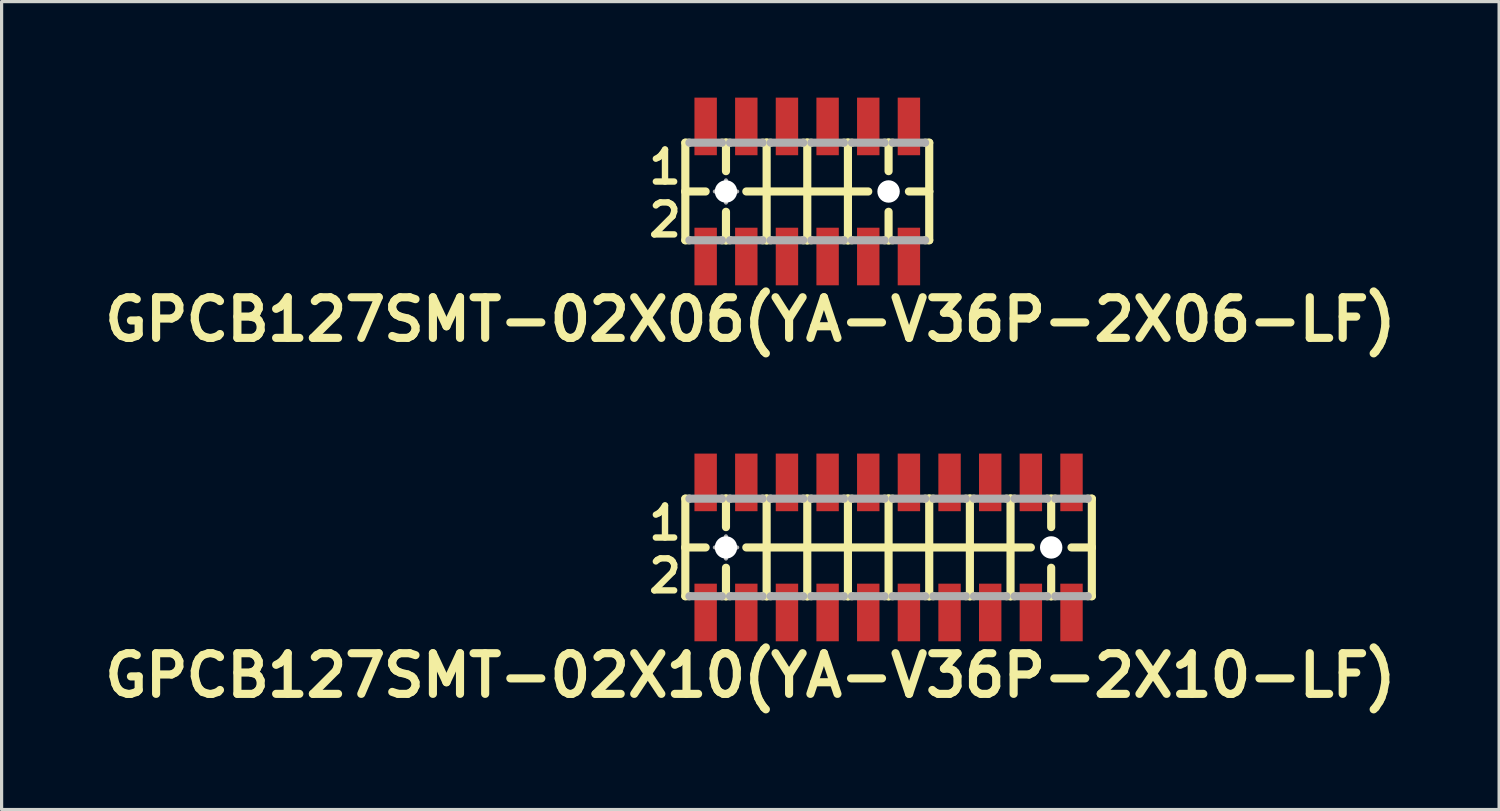
<source format=kicad_pcb>
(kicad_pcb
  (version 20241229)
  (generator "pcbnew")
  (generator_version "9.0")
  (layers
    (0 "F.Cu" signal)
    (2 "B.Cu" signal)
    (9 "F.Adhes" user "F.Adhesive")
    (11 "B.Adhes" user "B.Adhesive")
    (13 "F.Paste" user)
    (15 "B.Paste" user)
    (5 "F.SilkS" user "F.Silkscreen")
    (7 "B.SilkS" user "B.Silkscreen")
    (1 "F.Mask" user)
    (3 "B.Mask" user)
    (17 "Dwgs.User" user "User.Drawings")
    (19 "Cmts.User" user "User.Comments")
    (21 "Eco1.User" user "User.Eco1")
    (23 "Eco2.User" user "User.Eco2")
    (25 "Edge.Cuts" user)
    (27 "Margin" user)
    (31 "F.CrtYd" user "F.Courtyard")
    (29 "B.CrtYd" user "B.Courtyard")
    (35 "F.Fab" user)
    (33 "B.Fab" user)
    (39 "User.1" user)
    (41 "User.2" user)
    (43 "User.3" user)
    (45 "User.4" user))
  (footprint "GPCB127SMT-02X10(YA-V36P-2X10-LF)"
    (layer "F.Cu")
    (at 24.711 14.053)
    (property "Reference" "GPCB127SMT-02X10(YA-V36P-2X10-LF)" (at -4.318 4 0) (layer "F.SilkS") (effects (font (size 1.27 1.27) (thickness 0.254))))
    (attr smd)
    (fp_line (start -6.35 -1.524) (end -6.35 0) (stroke (width 0.254) (type solid)) (layer "F.SilkS"))
    (fp_line (start -6.35 0) (end -6.35 1.524) (stroke (width 0.254) (type solid)) (layer "F.SilkS"))
    (fp_line (start -6.35 0) (end -5.715 0) (stroke (width 0.254) (type solid)) (layer "F.SilkS"))
    (fp_line (start -6.35 1.524) (end -6.223 1.524) (stroke (width 0.254) (type solid)) (layer "F.SilkS"))
    (fp_line (start -6.223 -1.524) (end -6.35 -1.524) (stroke (width 0.254) (type solid)) (layer "F.SilkS"))
    (fp_line (start -5.207 -1.524) (end -5.08 -1.524) (stroke (width 0.254) (type solid)) (layer "F.SilkS"))
    (fp_line (start -5.207 1.524) (end -5.08 1.524) (stroke (width 0.254) (type solid)) (layer "F.SilkS"))
    (fp_line (start -5.08 -1.524) (end -4.953 -1.524) (stroke (width 0.254) (type solid)) (layer "F.SilkS"))
    (fp_line (start -5.08 -0.635) (end -5.08 -1.524) (stroke (width 0.254) (type solid)) (layer "F.SilkS"))
    (fp_line (start -5.08 1.524) (end -5.08 0.635) (stroke (width 0.254) (type solid)) (layer "F.SilkS"))
    (fp_line (start -5.08 1.524) (end -4.953 1.524) (stroke (width 0.254) (type solid)) (layer "F.SilkS"))
    (fp_line (start -4.445 0) (end -3.81 0) (stroke (width 0.254) (type solid)) (layer "F.SilkS"))
    (fp_line (start -3.937 -1.524) (end -3.81 -1.524) (stroke (width 0.254) (type solid)) (layer "F.SilkS"))
    (fp_line (start -3.937 1.524) (end -3.81 1.524) (stroke (width 0.254) (type solid)) (layer "F.SilkS"))
    (fp_line (start -3.81 -1.524) (end -3.683 -1.524) (stroke (width 0.254) (type solid)) (layer "F.SilkS"))
    (fp_line (start -3.81 0) (end -3.81 -1.524) (stroke (width 0.254) (type solid)) (layer "F.SilkS"))
    (fp_line (start -3.81 0) (end -2.54 0) (stroke (width 0.254) (type solid)) (layer "F.SilkS"))
    (fp_line (start -3.81 1.524) (end -3.81 0) (stroke (width 0.254) (type solid)) (layer "F.SilkS"))
    (fp_line (start -3.81 1.524) (end -3.683 1.524) (stroke (width 0.254) (type solid)) (layer "F.SilkS"))
    (fp_line (start -2.667 -1.524) (end -2.54 -1.524) (stroke (width 0.254) (type solid)) (layer "F.SilkS"))
    (fp_line (start -2.667 1.524) (end -2.54 1.524) (stroke (width 0.254) (type solid)) (layer "F.SilkS"))
    (fp_line (start -2.54 -1.524) (end -2.413 -1.524) (stroke (width 0.254) (type solid)) (layer "F.SilkS"))
    (fp_line (start -2.54 0) (end -2.54 -1.524) (stroke (width 0.254) (type solid)) (layer "F.SilkS"))
    (fp_line (start -2.54 0) (end -1.27 0) (stroke (width 0.254) (type solid)) (layer "F.SilkS"))
    (fp_line (start -2.54 1.524) (end -2.54 0) (stroke (width 0.254) (type solid)) (layer "F.SilkS"))
    (fp_line (start -2.54 1.524) (end -2.413 1.524) (stroke (width 0.254) (type solid)) (layer "F.SilkS"))
    (fp_line (start -1.397 -1.524) (end -1.27 -1.524) (stroke (width 0.254) (type solid)) (layer "F.SilkS"))
    (fp_line (start -1.397 1.524) (end -1.27 1.524) (stroke (width 0.254) (type solid)) (layer "F.SilkS"))
    (fp_line (start -1.27 -1.524) (end -1.143 -1.524) (stroke (width 0.254) (type solid)) (layer "F.SilkS"))
    (fp_line (start -1.27 0) (end -1.27 -1.524) (stroke (width 0.254) (type solid)) (layer "F.SilkS"))
    (fp_line (start -1.27 0) (end 0 0) (stroke (width 0.254) (type solid)) (layer "F.SilkS"))
    (fp_line (start -1.27 1.524) (end -1.27 0) (stroke (width 0.254) (type solid)) (layer "F.SilkS"))
    (fp_line (start -1.27 1.524) (end -1.143 1.524) (stroke (width 0.254) (type solid)) (layer "F.SilkS"))
    (fp_line (start -0.127 -1.524) (end 0 -1.524) (stroke (width 0.254) (type solid)) (layer "F.SilkS"))
    (fp_line (start -0.127 1.524) (end 0 1.524) (stroke (width 0.254) (type solid)) (layer "F.SilkS"))
    (fp_line (start 0 -1.524) (end 0.127 -1.524) (stroke (width 0.254) (type solid)) (layer "F.SilkS"))
    (fp_line (start 0 0) (end 0 -1.524) (stroke (width 0.254) (type solid)) (layer "F.SilkS"))
    (fp_line (start 0 0) (end 1.27 0) (stroke (width 0.254) (type solid)) (layer "F.SilkS"))
    (fp_line (start 0 1.524) (end 0 0) (stroke (width 0.254) (type solid)) (layer "F.SilkS"))
    (fp_line (start 0 1.524) (end 0.127 1.524) (stroke (width 0.254) (type solid)) (layer "F.SilkS"))
    (fp_line (start 1.143 -1.524) (end 1.27 -1.524) (stroke (width 0.254) (type solid)) (layer "F.SilkS"))
    (fp_line (start 1.143 1.524) (end 1.27 1.524) (stroke (width 0.254) (type solid)) (layer "F.SilkS"))
    (fp_line (start 1.27 -1.524) (end 1.397 -1.524) (stroke (width 0.254) (type solid)) (layer "F.SilkS"))
    (fp_line (start 1.27 0) (end 1.27 -1.524) (stroke (width 0.254) (type solid)) (layer "F.SilkS"))
    (fp_line (start 1.27 0) (end 2.54 0) (stroke (width 0.254) (type solid)) (layer "F.SilkS"))
    (fp_line (start 1.27 1.524) (end 1.27 0) (stroke (width 0.254) (type solid)) (layer "F.SilkS"))
    (fp_line (start 1.27 1.524) (end 1.397 1.524) (stroke (width 0.254) (type solid)) (layer "F.SilkS"))
    (fp_line (start 2.413 -1.524) (end 2.54 -1.524) (stroke (width 0.254) (type solid)) (layer "F.SilkS"))
    (fp_line (start 2.413 1.524) (end 2.54 1.524) (stroke (width 0.254) (type solid)) (layer "F.SilkS"))
    (fp_line (start 2.54 -1.524) (end 2.667 -1.524) (stroke (width 0.254) (type solid)) (layer "F.SilkS"))
    (fp_line (start 2.54 0) (end 2.54 -1.524) (stroke (width 0.254) (type solid)) (layer "F.SilkS"))
    (fp_line (start 2.54 0) (end 3.81 0) (stroke (width 0.254) (type solid)) (layer "F.SilkS"))
    (fp_line (start 2.54 1.524) (end 2.54 0) (stroke (width 0.254) (type solid)) (layer "F.SilkS"))
    (fp_line (start 2.54 1.524) (end 2.667 1.524) (stroke (width 0.254) (type solid)) (layer "F.SilkS"))
    (fp_line (start 3.683 -1.524) (end 3.81 -1.524) (stroke (width 0.254) (type solid)) (layer "F.SilkS"))
    (fp_line (start 3.683 1.524) (end 3.81 1.524) (stroke (width 0.254) (type solid)) (layer "F.SilkS"))
    (fp_line (start 3.81 -1.524) (end 3.937 -1.524) (stroke (width 0.254) (type solid)) (layer "F.SilkS"))
    (fp_line (start 3.81 0) (end 3.81 -1.524) (stroke (width 0.254) (type solid)) (layer "F.SilkS"))
    (fp_line (start 3.81 0) (end 4.445 0) (stroke (width 0.254) (type solid)) (layer "F.SilkS"))
    (fp_line (start 3.81 1.524) (end 3.81 0) (stroke (width 0.254) (type solid)) (layer "F.SilkS"))
    (fp_line (start 3.81 1.524) (end 3.937 1.524) (stroke (width 0.254) (type solid)) (layer "F.SilkS"))
    (fp_line (start 4.953 -1.524) (end 5.207 -1.524) (stroke (width 0.254) (type solid)) (layer "F.SilkS"))
    (fp_line (start 4.953 1.524) (end 5.08 1.524) (stroke (width 0.254) (type solid)) (layer "F.SilkS"))
    (fp_line (start 5.08 -0.635) (end 5.08 -1.524) (stroke (width 0.254) (type solid)) (layer "F.SilkS"))
    (fp_line (start 5.08 1.524) (end 5.08 0.635) (stroke (width 0.254) (type solid)) (layer "F.SilkS"))
    (fp_line (start 5.08 1.524) (end 5.207 1.524) (stroke (width 0.254) (type solid)) (layer "F.SilkS"))
    (fp_line (start 5.715 0) (end 6.35 0) (stroke (width 0.254) (type solid)) (layer "F.SilkS"))
    (fp_line (start 6.223 -1.524) (end 6.35 -1.524) (stroke (width 0.254) (type solid)) (layer "F.SilkS"))
    (fp_line (start 6.35 -1.524) (end 6.35 0) (stroke (width 0.254) (type solid)) (layer "F.SilkS"))
    (fp_line (start 6.35 0) (end 6.35 1.524) (stroke (width 0.254) (type solid)) (layer "F.SilkS"))
    (fp_line (start 6.35 1.524) (end 6.223 1.524) (stroke (width 0.254) (type solid)) (layer "F.SilkS"))
    (fp_line (start -6.223 -1.524) (end -5.207 -1.524) (stroke (width 0.254) (type solid)) (layer "F.Fab"))
    (fp_line (start -6.223 1.524) (end -5.207 1.524) (stroke (width 0.254) (type solid)) (layer "F.Fab"))
    (fp_line (start -5.428 0) (end -4.729 0) (stroke (width 0.127) (type solid)) (layer "F.Fab"))
    (fp_line (start -5.08 0.348) (end -5.08 -0.348) (stroke (width 0.127) (type solid)) (layer "F.Fab"))
    (fp_line (start -4.953 -1.524) (end -3.937 -1.524) (stroke (width 0.254) (type solid)) (layer "F.Fab"))
    (fp_line (start -4.953 1.524) (end -3.937 1.524) (stroke (width 0.254) (type solid)) (layer "F.Fab"))
    (fp_line (start -3.683 -1.524) (end -2.667 -1.524) (stroke (width 0.254) (type solid)) (layer "F.Fab"))
    (fp_line (start -3.683 1.524) (end -2.667 1.524) (stroke (width 0.254) (type solid)) (layer "F.Fab"))
    (fp_line (start -2.413 -1.524) (end -1.397 -1.524) (stroke (width 0.254) (type solid)) (layer "F.Fab"))
    (fp_line (start -2.413 1.524) (end -1.397 1.524) (stroke (width 0.254) (type solid)) (layer "F.Fab"))
    (fp_line (start -1.143 -1.524) (end -0.127 -1.524) (stroke (width 0.254) (type solid)) (layer "F.Fab"))
    (fp_line (start -1.143 1.524) (end -0.127 1.524) (stroke (width 0.254) (type solid)) (layer "F.Fab"))
    (fp_line (start 0.127 -1.524) (end 1.143 -1.524) (stroke (width 0.254) (type solid)) (layer "F.Fab"))
    (fp_line (start 0.127 1.524) (end 1.143 1.524) (stroke (width 0.254) (type solid)) (layer "F.Fab"))
    (fp_line (start 1.397 -1.524) (end 2.413 -1.524) (stroke (width 0.254) (type solid)) (layer "F.Fab"))
    (fp_line (start 1.397 1.524) (end 2.413 1.524) (stroke (width 0.254) (type solid)) (layer "F.Fab"))
    (fp_line (start 2.667 -1.524) (end 3.683 -1.524) (stroke (width 0.254) (type solid)) (layer "F.Fab"))
    (fp_line (start 2.667 1.524) (end 3.683 1.524) (stroke (width 0.254) (type solid)) (layer "F.Fab"))
    (fp_line (start 3.937 -1.524) (end 4.953 -1.524) (stroke (width 0.254) (type solid)) (layer "F.Fab"))
    (fp_line (start 3.937 1.524) (end 4.953 1.524) (stroke (width 0.254) (type solid)) (layer "F.Fab"))
    (fp_line (start 5.207 -1.524) (end 6.223 -1.524) (stroke (width 0.254) (type solid)) (layer "F.Fab"))
    (fp_line (start 5.207 1.524) (end 6.223 1.524) (stroke (width 0.254) (type solid)) (layer "F.Fab"))
    (fp_circle (center -5.08 0) (end -5.253 0.173) (stroke (width 0.127) (type solid)) (fill no) (layer "F.Fab"))
    (fp_text user "2" (at -6.985 0.889 0) (layer "F.SilkS") (effects (font (size 1 1) (thickness 0.2))))
    (fp_text user "1" (at -6.985 -0.762 0) (layer "F.SilkS") (effects (font (size 1 1) (thickness 0.2))))
    (pad "" np_thru_hole circle (at -5.08 0 90) (size 0.7 0.7) (drill 0.7) (layers "*.Cu" "*.Mask"))
    (pad "" np_thru_hole circle (at 5.08 0 90) (size 0.7 0.7) (drill 0.7) (layers "*.Cu" "*.Mask"))
    (pad "1" smd rect (at -5.715 -2.032 270) (size 1.8 0.7) (layers "F.Cu" "F.Mask" "F.Paste"))
    (pad "2" smd rect (at -5.715 2.032 270) (size 1.8 0.7) (layers "F.Cu" "F.Mask" "F.Paste"))
    (pad "3" smd rect (at -4.445 -2.032 270) (size 1.8 0.7) (layers "F.Cu" "F.Mask" "F.Paste"))
    (pad "4" smd rect (at -4.445 2.032 270) (size 1.8 0.7) (layers "F.Cu" "F.Mask" "F.Paste"))
    (pad "5" smd rect (at -3.175 -2.032 270) (size 1.8 0.7) (layers "F.Cu" "F.Mask" "F.Paste"))
    (pad "6" smd rect (at -3.175 2.032 270) (size 1.8 0.7) (layers "F.Cu" "F.Mask" "F.Paste"))
    (pad "7" smd rect (at -1.905 -2.032 270) (size 1.8 0.7) (layers "F.Cu" "F.Mask" "F.Paste"))
    (pad "8" smd rect (at -1.905 2.032 270) (size 1.8 0.7) (layers "F.Cu" "F.Mask" "F.Paste"))
    (pad "9" smd rect (at -0.635 -2.032 270) (size 1.8 0.7) (layers "F.Cu" "F.Mask" "F.Paste"))
    (pad "10" smd rect (at -0.635 2.032 270) (size 1.8 0.7) (layers "F.Cu" "F.Mask" "F.Paste"))
    (pad "11" smd rect (at 0.635 -2.032 270) (size 1.8 0.7) (layers "F.Cu" "F.Mask" "F.Paste"))
    (pad "12" smd rect (at 0.635 2.032 270) (size 1.8 0.7) (layers "F.Cu" "F.Mask" "F.Paste"))
    (pad "13" smd rect (at 1.905 -2.032 90) (size 1.8 0.7) (layers "F.Cu" "F.Mask" "F.Paste"))
    (pad "14" smd rect (at 1.905 2.032 90) (size 1.8 0.7) (layers "F.Cu" "F.Mask" "F.Paste"))
    (pad "15" smd rect (at 3.175 -2.032 90) (size 1.8 0.7) (layers "F.Cu" "F.Mask" "F.Paste"))
    (pad "16" smd rect (at 3.175 2.032 90) (size 1.8 0.7) (layers "F.Cu" "F.Mask" "F.Paste"))
    (pad "17" smd rect (at 4.445 -2.032 90) (size 1.8 0.7) (layers "F.Cu" "F.Mask" "F.Paste"))
    (pad "18" smd rect (at 4.445 2.032 90) (size 1.8 0.7) (layers "F.Cu" "F.Mask" "F.Paste"))
    (pad "19" smd rect (at 5.715 -2.032 90) (size 1.8 0.7) (layers "F.Cu" "F.Mask" "F.Paste"))
    (pad "20" smd rect (at 5.715 2.032 90) (size 1.8 0.7) (layers "F.Cu" "F.Mask" "F.Paste")))
  (footprint "GPCB127SMT-02X06(YA-V36P-2X06-LF)"
    (layer "F.Cu")
    (at 22.171 2.932)
    (property "Reference" "GPCB127SMT-02X06(YA-V36P-2X06-LF)" (at -1.778 4 0) (layer "F.SilkS") (effects (font (size 1.27 1.27) (thickness 0.254))))
    (attr smd)
    (fp_line (start -3.81 -1.524) (end -3.81 0) (stroke (width 0.254) (type solid)) (layer "F.SilkS"))
    (fp_line (start -3.81 0) (end -3.81 1.524) (stroke (width 0.254) (type solid)) (layer "F.SilkS"))
    (fp_line (start -3.81 0) (end -3.175 0) (stroke (width 0.254) (type solid)) (layer "F.SilkS"))
    (fp_line (start -3.81 1.524) (end -3.683 1.524) (stroke (width 0.254) (type solid)) (layer "F.SilkS"))
    (fp_line (start -3.683 -1.524) (end -3.81 -1.524) (stroke (width 0.254) (type solid)) (layer "F.SilkS"))
    (fp_line (start -2.667 -1.524) (end -2.54 -1.524) (stroke (width 0.254) (type solid)) (layer "F.SilkS"))
    (fp_line (start -2.667 1.524) (end -2.54 1.524) (stroke (width 0.254) (type solid)) (layer "F.SilkS"))
    (fp_line (start -2.54 -1.524) (end -2.413 -1.524) (stroke (width 0.254) (type solid)) (layer "F.SilkS"))
    (fp_line (start -2.54 -0.635) (end -2.54 -1.524) (stroke (width 0.254) (type solid)) (layer "F.SilkS"))
    (fp_line (start -2.54 1.524) (end -2.54 0.635) (stroke (width 0.254) (type solid)) (layer "F.SilkS"))
    (fp_line (start -2.54 1.524) (end -2.413 1.524) (stroke (width 0.254) (type solid)) (layer "F.SilkS"))
    (fp_line (start -1.905 0) (end -1.27 0) (stroke (width 0.254) (type solid)) (layer "F.SilkS"))
    (fp_line (start -1.397 -1.524) (end -1.27 -1.524) (stroke (width 0.254) (type solid)) (layer "F.SilkS"))
    (fp_line (start -1.397 1.524) (end -1.27 1.524) (stroke (width 0.254) (type solid)) (layer "F.SilkS"))
    (fp_line (start -1.27 -1.524) (end -1.143 -1.524) (stroke (width 0.254) (type solid)) (layer "F.SilkS"))
    (fp_line (start -1.27 0) (end -1.27 -1.524) (stroke (width 0.254) (type solid)) (layer "F.SilkS"))
    (fp_line (start -1.27 0) (end 0 0) (stroke (width 0.254) (type solid)) (layer "F.SilkS"))
    (fp_line (start -1.27 1.524) (end -1.27 0) (stroke (width 0.254) (type solid)) (layer "F.SilkS"))
    (fp_line (start -1.27 1.524) (end -1.143 1.524) (stroke (width 0.254) (type solid)) (layer "F.SilkS"))
    (fp_line (start -0.127 -1.524) (end 0 -1.524) (stroke (width 0.254) (type solid)) (layer "F.SilkS"))
    (fp_line (start -0.127 1.524) (end 0 1.524) (stroke (width 0.254) (type solid)) (layer "F.SilkS"))
    (fp_line (start 0 -1.524) (end 0.127 -1.524) (stroke (width 0.254) (type solid)) (layer "F.SilkS"))
    (fp_line (start 0 0) (end 0 -1.524) (stroke (width 0.254) (type solid)) (layer "F.SilkS"))
    (fp_line (start 0 0) (end 1.27 0) (stroke (width 0.254) (type solid)) (layer "F.SilkS"))
    (fp_line (start 0 1.524) (end 0 0) (stroke (width 0.254) (type solid)) (layer "F.SilkS"))
    (fp_line (start 0 1.524) (end 0.127 1.524) (stroke (width 0.254) (type solid)) (layer "F.SilkS"))
    (fp_line (start 1.143 -1.524) (end 1.27 -1.524) (stroke (width 0.254) (type solid)) (layer "F.SilkS"))
    (fp_line (start 1.143 1.524) (end 1.27 1.524) (stroke (width 0.254) (type solid)) (layer "F.SilkS"))
    (fp_line (start 1.27 -1.524) (end 1.397 -1.524) (stroke (width 0.254) (type solid)) (layer "F.SilkS"))
    (fp_line (start 1.27 0) (end 1.27 -1.524) (stroke (width 0.254) (type solid)) (layer "F.SilkS"))
    (fp_line (start 1.27 0) (end 1.905 0) (stroke (width 0.254) (type solid)) (layer "F.SilkS"))
    (fp_line (start 1.27 1.524) (end 1.27 0) (stroke (width 0.254) (type solid)) (layer "F.SilkS"))
    (fp_line (start 1.27 1.524) (end 1.397 1.524) (stroke (width 0.254) (type solid)) (layer "F.SilkS"))
    (fp_line (start 2.413 -1.524) (end 2.54 -1.524) (stroke (width 0.254) (type solid)) (layer "F.SilkS"))
    (fp_line (start 2.413 1.524) (end 2.54 1.524) (stroke (width 0.254) (type solid)) (layer "F.SilkS"))
    (fp_line (start 2.54 -1.524) (end 2.667 -1.524) (stroke (width 0.254) (type solid)) (layer "F.SilkS"))
    (fp_line (start 2.54 -0.635) (end 2.54 -1.524) (stroke (width 0.254) (type solid)) (layer "F.SilkS"))
    (fp_line (start 2.54 1.524) (end 2.54 0.635) (stroke (width 0.254) (type solid)) (layer "F.SilkS"))
    (fp_line (start 2.54 1.524) (end 2.667 1.524) (stroke (width 0.254) (type solid)) (layer "F.SilkS"))
    (fp_line (start 3.175 0) (end 3.81 0) (stroke (width 0.254) (type solid)) (layer "F.SilkS"))
    (fp_line (start 3.683 -1.524) (end 3.81 -1.524) (stroke (width 0.254) (type solid)) (layer "F.SilkS"))
    (fp_line (start 3.683 1.524) (end 3.81 1.524) (stroke (width 0.254) (type solid)) (layer "F.SilkS"))
    (fp_line (start 3.81 0) (end 3.81 -1.524) (stroke (width 0.254) (type solid)) (layer "F.SilkS"))
    (fp_line (start 3.81 1.524) (end 3.81 0) (stroke (width 0.254) (type solid)) (layer "F.SilkS"))
    (fp_line (start -3.683 -1.524) (end -2.667 -1.524) (stroke (width 0.254) (type solid)) (layer "F.Fab"))
    (fp_line (start -3.683 1.524) (end -2.667 1.524) (stroke (width 0.254) (type solid)) (layer "F.Fab"))
    (fp_line (start -2.888 0) (end -2.189 0) (stroke (width 0.127) (type solid)) (layer "F.Fab"))
    (fp_line (start -2.54 0.348) (end -2.54 -0.348) (stroke (width 0.127) (type solid)) (layer "F.Fab"))
    (fp_line (start -2.413 -1.524) (end -1.397 -1.524) (stroke (width 0.254) (type solid)) (layer "F.Fab"))
    (fp_line (start -2.413 1.524) (end -1.397 1.524) (stroke (width 0.254) (type solid)) (layer "F.Fab"))
    (fp_line (start -1.143 -1.524) (end -0.127 -1.524) (stroke (width 0.254) (type solid)) (layer "F.Fab"))
    (fp_line (start -1.143 1.524) (end -0.127 1.524) (stroke (width 0.254) (type solid)) (layer "F.Fab"))
    (fp_line (start 0.127 -1.524) (end 1.143 -1.524) (stroke (width 0.254) (type solid)) (layer "F.Fab"))
    (fp_line (start 0.127 1.524) (end 1.143 1.524) (stroke (width 0.254) (type solid)) (layer "F.Fab"))
    (fp_line (start 1.397 -1.524) (end 2.413 -1.524) (stroke (width 0.254) (type solid)) (layer "F.Fab"))
    (fp_line (start 1.397 1.524) (end 2.413 1.524) (stroke (width 0.254) (type solid)) (layer "F.Fab"))
    (fp_line (start 2.667 -1.524) (end 3.683 -1.524) (stroke (width 0.254) (type solid)) (layer "F.Fab"))
    (fp_line (start 2.667 1.524) (end 3.683 1.524) (stroke (width 0.254) (type solid)) (layer "F.Fab"))
    (fp_circle (center -2.54 0) (end -2.713 0.173) (stroke (width 0.127) (type solid)) (fill no) (layer "F.Fab"))
    (fp_text user "2" (at -4.445 0.889 0) (layer "F.SilkS") (effects (font (size 1 1) (thickness 0.2))))
    (fp_text user "1" (at -4.445 -0.762 0) (layer "F.SilkS") (effects (font (size 1 1) (thickness 0.2))))
    (pad "" np_thru_hole circle (at -2.54 0 90) (size 0.7 0.7) (drill 0.7) (layers "*.Cu" "*.Mask"))
    (pad "" np_thru_hole circle (at 2.54 0 90) (size 0.7 0.7) (drill 0.7) (layers "*.Cu" "*.Mask"))
    (pad "1" smd rect (at -3.175 -2.032 270) (size 1.8 0.7) (layers "F.Cu" "F.Mask" "F.Paste"))
    (pad "2" smd rect (at -3.175 2.032 270) (size 1.8 0.7) (layers "F.Cu" "F.Mask" "F.Paste"))
    (pad "3" smd rect (at -1.905 -2.032 270) (size 1.8 0.7) (layers "F.Cu" "F.Mask" "F.Paste"))
    (pad "4" smd rect (at -1.905 2.032 270) (size 1.8 0.7) (layers "F.Cu" "F.Mask" "F.Paste"))
    (pad "5" smd rect (at -0.635 -2.032 270) (size 1.8 0.7) (layers "F.Cu" "F.Mask" "F.Paste"))
    (pad "6" smd rect (at -0.635 2.032 270) (size 1.8 0.7) (layers "F.Cu" "F.Mask" "F.Paste"))
    (pad "7" smd rect (at 0.635 -2.032 270) (size 1.8 0.7) (layers "F.Cu" "F.Mask" "F.Paste"))
    (pad "8" smd rect (at 0.635 2.032 270) (size 1.8 0.7) (layers "F.Cu" "F.Mask" "F.Paste"))
    (pad "9" smd rect (at 1.905 -2.032 270) (size 1.8 0.7) (layers "F.Cu" "F.Mask" "F.Paste"))
    (pad "10" smd rect (at 1.905 2.032 270) (size 1.8 0.7) (layers "F.Cu" "F.Mask" "F.Paste"))
    (pad "11" smd rect (at 3.175 -2.032 270) (size 1.8 0.7) (layers "F.Cu" "F.Mask" "F.Paste"))
    (pad "12" smd rect (at 3.175 2.032 270) (size 1.8 0.7) (layers "F.Cu" "F.Mask" "F.Paste")))
  (gr_rect
    (start -3 -3)
    (end 43.785 22.242)
    (stroke (width 0.1) (type default))
    (fill no)
    (layer "Edge.Cuts")))
</source>
